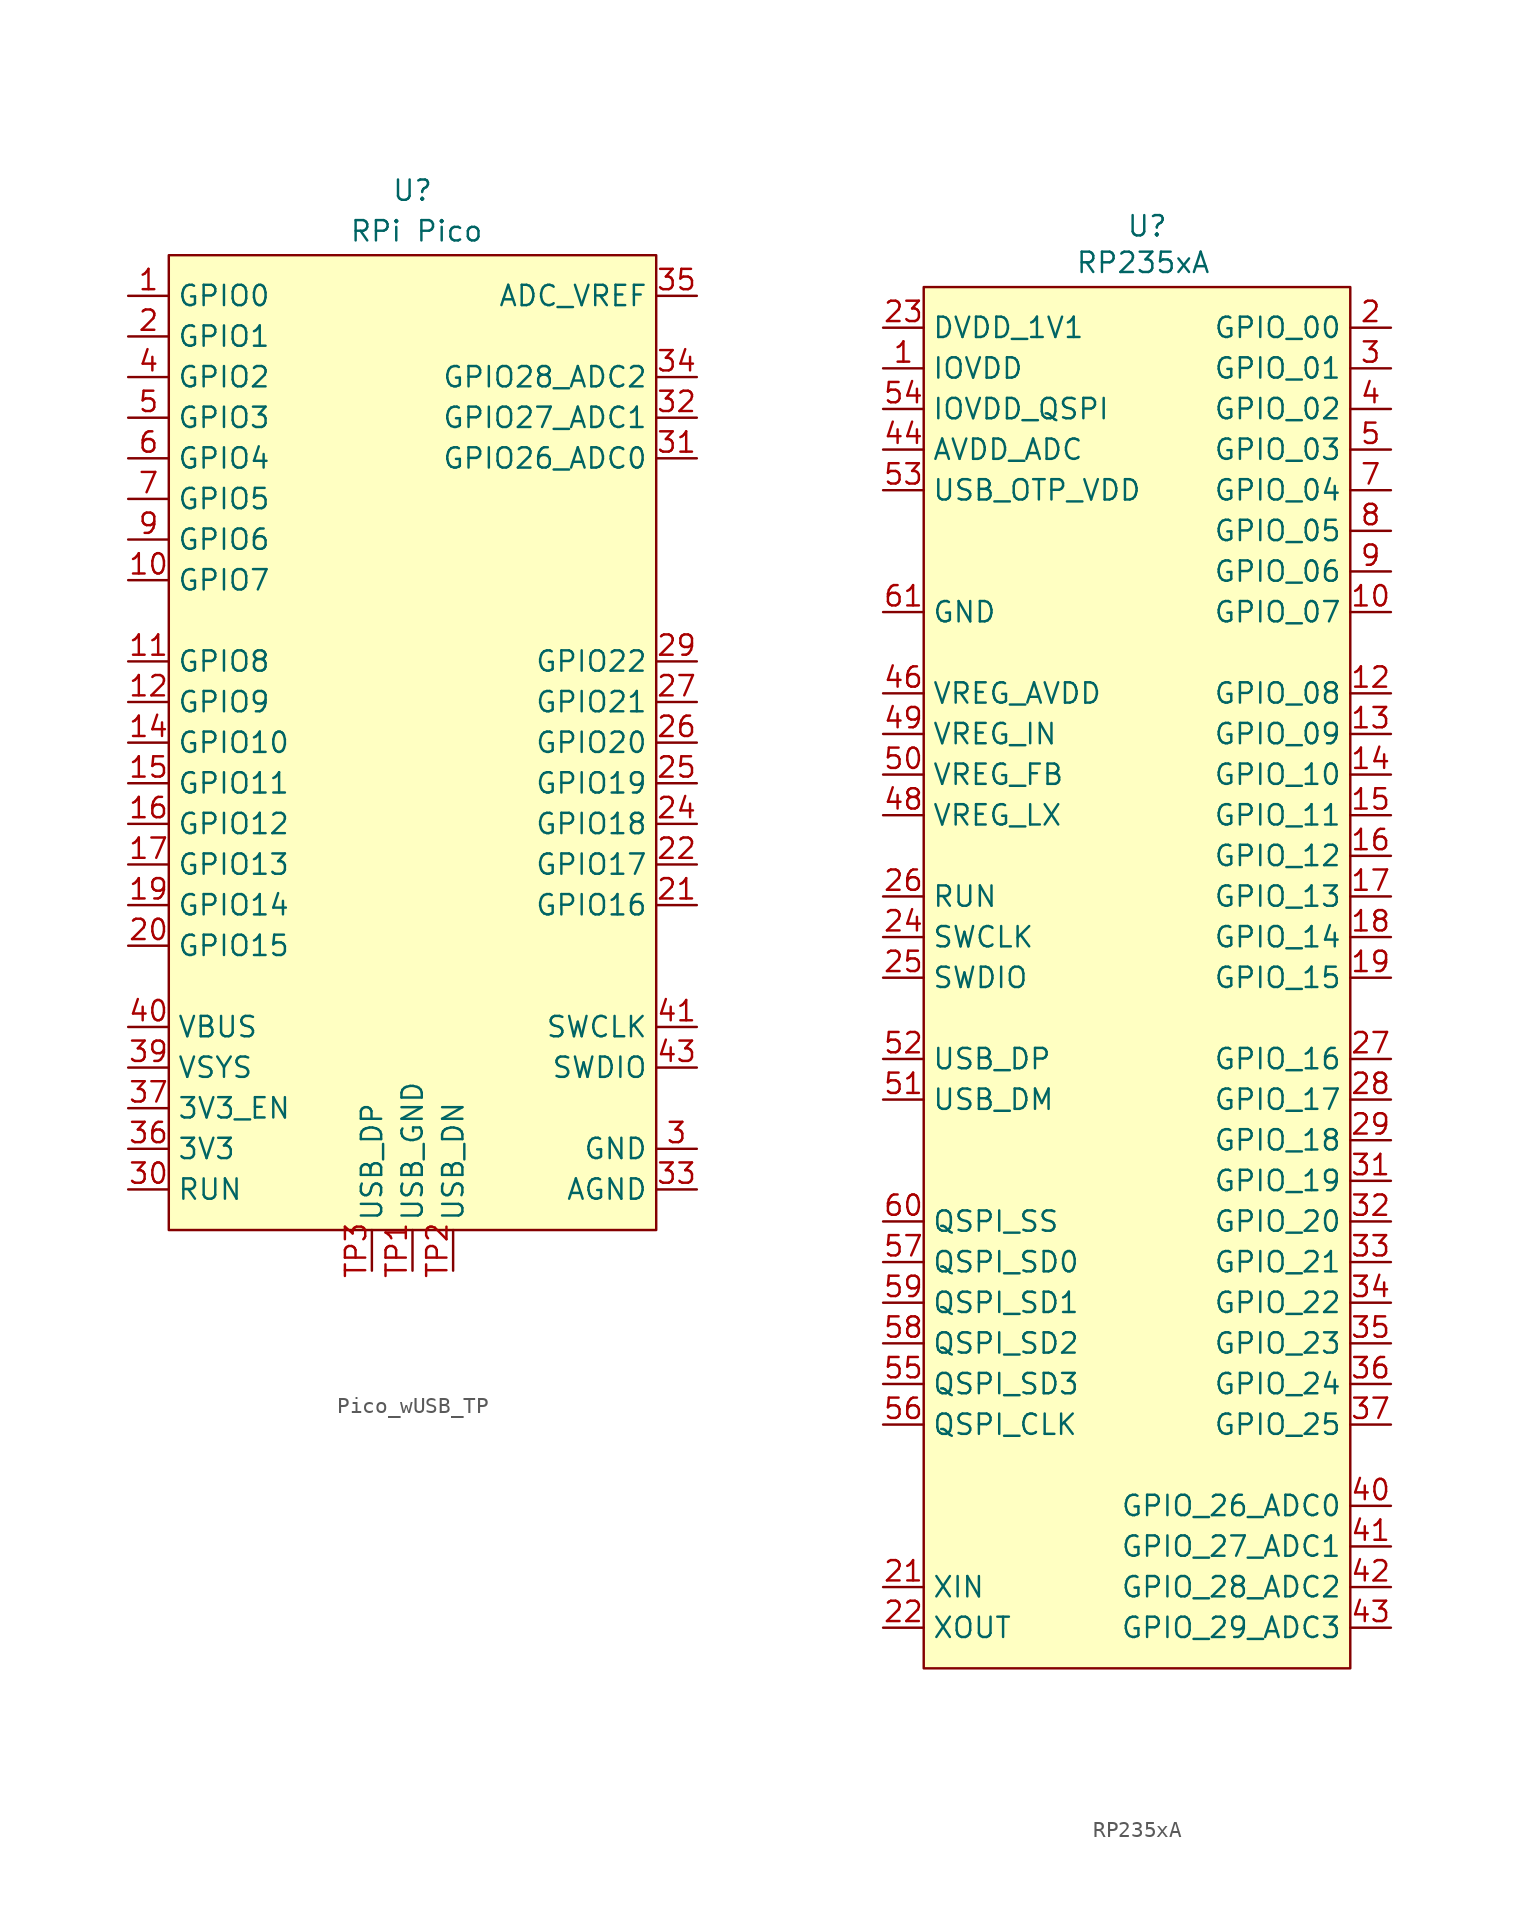
<source format=kicad_sym>
(kicad_symbol_lib
  (version 20231120)
  (generator "kicad_symbol_editor")
  (generator_version "8.0")
  (symbol "Pico_wUSB_TP"
    (property "Reference" "U"
      (at 0 29.972 0)
      (effects (font (size 1.27 1.27)) (justify bottom)))
    (property "Value" "RPi Pico"
      (at 0.254 27.432 0)
      (effects (font (size 1.27 1.27)) (justify bottom)))
    (symbol "Pico_wUSB_TP_0_1"
      (rectangle (start -15.24 26.67) (end 15.24 -34.29) (stroke (width 0) (type default)) (fill (type background))))
    (symbol "Pico_wUSB_TP_1_1"
      (pin bidirectional line (at -17.78 24.13 0) (length 2.54) (name "GPIO0" (effects (font (size 1.27 1.27)))) (number "1" (effects (font (size 1.27 1.27)))))
      (pin bidirectional line (at -17.78 6.35 0) (length 2.54) (name "GPIO7" (effects (font (size 1.27 1.27)))) (number "10" (effects (font (size 1.27 1.27)))))
      (pin bidirectional line (at -17.78 1.27 0) (length 2.54) (name "GPIO8" (effects (font (size 1.27 1.27)))) (number "11" (effects (font (size 1.27 1.27)))))
      (pin bidirectional line (at -17.78 -1.27 0) (length 2.54) (name "GPIO9" (effects (font (size 1.27 1.27)))) (number "12" (effects (font (size 1.27 1.27)))))
      (pin passive line (at 17.78 -29.21 180) (length 2.54) hide (name "GND" (effects (font (size 1.27 1.27)))) (number "13" (effects (font (size 1.27 1.27)))))
      (pin bidirectional line (at -17.78 -3.81 0) (length 2.54) (name "GPIO10" (effects (font (size 1.27 1.27)))) (number "14" (effects (font (size 1.27 1.27)))))
      (pin bidirectional line (at -17.78 -6.35 0) (length 2.54) (name "GPIO11" (effects (font (size 1.27 1.27)))) (number "15" (effects (font (size 1.27 1.27)))))
      (pin bidirectional line (at -17.78 -8.89 0) (length 2.54) (name "GPIO12" (effects (font (size 1.27 1.27)))) (number "16" (effects (font (size 1.27 1.27)))))
      (pin bidirectional line (at -17.78 -11.43 0) (length 2.54) (name "GPIO13" (effects (font (size 1.27 1.27)))) (number "17" (effects (font (size 1.27 1.27)))))
      (pin passive line (at 17.78 -29.21 180) (length 2.54) hide (name "GND" (effects (font (size 1.27 1.27)))) (number "18" (effects (font (size 1.27 1.27)))))
      (pin bidirectional line (at -17.78 -13.97 0) (length 2.54) (name "GPIO14" (effects (font (size 1.27 1.27)))) (number "19" (effects (font (size 1.27 1.27)))))
      (pin bidirectional line (at -17.78 21.59 0) (length 2.54) (name "GPIO1" (effects (font (size 1.27 1.27)))) (number "2" (effects (font (size 1.27 1.27)))))
      (pin bidirectional line (at -17.78 -16.51 0) (length 2.54) (name "GPIO15" (effects (font (size 1.27 1.27)))) (number "20" (effects (font (size 1.27 1.27)))))
      (pin bidirectional line (at 17.78 -13.97 180) (length 2.54) (name "GPIO16" (effects (font (size 1.27 1.27)))) (number "21" (effects (font (size 1.27 1.27)))))
      (pin bidirectional line (at 17.78 -11.43 180) (length 2.54) (name "GPIO17" (effects (font (size 1.27 1.27)))) (number "22" (effects (font (size 1.27 1.27)))))
      (pin passive line (at 17.78 -29.21 180) (length 2.54) hide (name "GND" (effects (font (size 1.27 1.27)))) (number "23" (effects (font (size 1.27 1.27)))))
      (pin bidirectional line (at 17.78 -8.89 180) (length 2.54) (name "GPIO18" (effects (font (size 1.27 1.27)))) (number "24" (effects (font (size 1.27 1.27)))))
      (pin bidirectional line (at 17.78 -6.35 180) (length 2.54) (name "GPIO19" (effects (font (size 1.27 1.27)))) (number "25" (effects (font (size 1.27 1.27)))))
      (pin bidirectional line (at 17.78 -3.81 180) (length 2.54) (name "GPIO20" (effects (font (size 1.27 1.27)))) (number "26" (effects (font (size 1.27 1.27)))))
      (pin bidirectional line (at 17.78 -1.27 180) (length 2.54) (name "GPIO21" (effects (font (size 1.27 1.27)))) (number "27" (effects (font (size 1.27 1.27)))))
      (pin passive line (at 17.78 -29.21 180) (length 2.54) hide (name "GND" (effects (font (size 1.27 1.27)))) (number "28" (effects (font (size 1.27 1.27)))))
      (pin bidirectional line (at 17.78 1.27 180) (length 2.54) (name "GPIO22" (effects (font (size 1.27 1.27)))) (number "29" (effects (font (size 1.27 1.27)))))
      (pin passive line (at 17.78 -29.21 180) (length 2.54) (name "GND" (effects (font (size 1.27 1.27)))) (number "3" (effects (font (size 1.27 1.27)))))
      (pin input line (at -17.78 -31.75 0) (length 2.54) (name "RUN" (effects (font (size 1.27 1.27)))) (number "30" (effects (font (size 1.27 1.27)))))
      (pin bidirectional line (at 17.78 13.97 180) (length 2.54) (name "GPIO26_ADC0" (effects (font (size 1.27 1.27)))) (number "31" (effects (font (size 1.27 1.27)))))
      (pin bidirectional line (at 17.78 16.51 180) (length 2.54) (name "GPIO27_ADC1" (effects (font (size 1.27 1.27)))) (number "32" (effects (font (size 1.27 1.27)))))
      (pin passive line (at 17.78 -31.75 180) (length 2.54) (name "AGND" (effects (font (size 1.27 1.27)))) (number "33" (effects (font (size 1.27 1.27)))))
      (pin bidirectional line (at 17.78 19.05 180) (length 2.54) (name "GPIO28_ADC2" (effects (font (size 1.27 1.27)))) (number "34" (effects (font (size 1.27 1.27)))))
      (pin input line (at 17.78 24.13 180) (length 2.54) (name "ADC_VREF" (effects (font (size 1.27 1.27)))) (number "35" (effects (font (size 1.27 1.27)))))
      (pin power_in line (at -17.78 -29.21 0) (length 2.54) (name "3V3" (effects (font (size 1.27 1.27)))) (number "36" (effects (font (size 1.27 1.27)))))
      (pin input line (at -17.78 -26.67 0) (length 2.54) (name "3V3_EN" (effects (font (size 1.27 1.27)))) (number "37" (effects (font (size 1.27 1.27)))))
      (pin passive line (at 17.78 -29.21 180) (length 2.54) hide (name "GND" (effects (font (size 1.27 1.27)))) (number "38" (effects (font (size 1.27 1.27)))))
      (pin power_in line (at -17.78 -24.13 0) (length 2.54) (name "VSYS" (effects (font (size 1.27 1.27)))) (number "39" (effects (font (size 1.27 1.27)))))
      (pin bidirectional line (at -17.78 19.05 0) (length 2.54) (name "GPIO2" (effects (font (size 1.27 1.27)))) (number "4" (effects (font (size 1.27 1.27)))))
      (pin power_in line (at -17.78 -21.59 0) (length 2.54) (name "VBUS" (effects (font (size 1.27 1.27)))) (number "40" (effects (font (size 1.27 1.27)))))
      (pin input line (at 17.78 -21.59 180) (length 2.54) (name "SWCLK" (effects (font (size 1.27 1.27)))) (number "41" (effects (font (size 1.27 1.27)))))
      (pin passive line (at 17.78 -29.21 180) (length 2.54) hide (name "GND" (effects (font (size 1.27 1.27)))) (number "42" (effects (font (size 1.27 1.27)))))
      (pin bidirectional line (at 17.78 -24.13 180) (length 2.54) (name "SWDIO" (effects (font (size 1.27 1.27)))) (number "43" (effects (font (size 1.27 1.27)))))
      (pin bidirectional line (at -17.78 16.51 0) (length 2.54) (name "GPIO3" (effects (font (size 1.27 1.27)))) (number "5" (effects (font (size 1.27 1.27)))))
      (pin bidirectional line (at -17.78 13.97 0) (length 2.54) (name "GPIO4" (effects (font (size 1.27 1.27)))) (number "6" (effects (font (size 1.27 1.27)))))
      (pin bidirectional line (at -17.78 11.43 0) (length 2.54) (name "GPIO5" (effects (font (size 1.27 1.27)))) (number "7" (effects (font (size 1.27 1.27)))))
      (pin passive line (at 17.78 -29.21 180) (length 2.54) hide (name "GND" (effects (font (size 1.27 1.27)))) (number "8" (effects (font (size 1.27 1.27)))))
      (pin bidirectional line (at -17.78 8.89 0) (length 2.54) (name "GPIO6" (effects (font (size 1.27 1.27)))) (number "9" (effects (font (size 1.27 1.27)))))
      (pin passive line (at 0 -36.83 90) (length 2.54) (name "USB_GND" (effects (font (size 1.27 1.27)))) (number "TP1" (effects (font (size 1.27 1.27)))))
      (pin bidirectional line (at 2.54 -36.83 90) (length 2.54) (name "USB_DN" (effects (font (size 1.27 1.27)))) (number "TP2" (effects (font (size 1.27 1.27)))))
      (pin bidirectional line (at -2.54 -36.83 90) (length 2.54) (name "USB_DP" (effects (font (size 1.27 1.27)))) (number "TP3" (effects (font (size 1.27 1.27)))))))
  (symbol "RP235xA"
    (property "Reference" "U"
      (at 0 6.35 0)
      (effects (font (size 1.27 1.27))))
    (property "Value" "RP235xA"
      (at -0.254 4.064 0)
      (effects (font (size 1.27 1.27))))
    (symbol "RP235xA_1_1"
      (rectangle (start -13.97 2.54) (end 12.7 -83.82) (stroke (width 0) (type default)) (fill (type background)))
      (pin input line (at -16.51 -2.54 0) (length 2.54) (name "IOVDD" (effects (font (size 1.27 1.27)))) (number "1" (effects (font (size 1.27 1.27)))))
      (pin bidirectional line (at 15.24 -17.78 180) (length 2.54) (name "GPIO_07" (effects (font (size 1.27 1.27)))) (number "10" (effects (font (size 1.27 1.27)))))
      (pin input line (at -16.51 -2.54 0) (length 2.54) hide (name "IOVDD" (effects (font (size 1.27 1.27)))) (number "11" (effects (font (size 1.27 1.27)))))
      (pin bidirectional line (at 15.24 -22.86 180) (length 2.54) (name "GPIO_08" (effects (font (size 1.27 1.27)))) (number "12" (effects (font (size 1.27 1.27)))))
      (pin bidirectional line (at 15.24 -25.4 180) (length 2.54) (name "GPIO_09" (effects (font (size 1.27 1.27)))) (number "13" (effects (font (size 1.27 1.27)))))
      (pin bidirectional line (at 15.24 -27.94 180) (length 2.54) (name "GPIO_10" (effects (font (size 1.27 1.27)))) (number "14" (effects (font (size 1.27 1.27)))))
      (pin bidirectional line (at 15.24 -30.48 180) (length 2.54) (name "GPIO_11" (effects (font (size 1.27 1.27)))) (number "15" (effects (font (size 1.27 1.27)))))
      (pin bidirectional line (at 15.24 -33.02 180) (length 2.54) (name "GPIO_12" (effects (font (size 1.27 1.27)))) (number "16" (effects (font (size 1.27 1.27)))))
      (pin bidirectional line (at 15.24 -35.56 180) (length 2.54) (name "GPIO_13" (effects (font (size 1.27 1.27)))) (number "17" (effects (font (size 1.27 1.27)))))
      (pin bidirectional line (at 15.24 -38.1 180) (length 2.54) (name "GPIO_14" (effects (font (size 1.27 1.27)))) (number "18" (effects (font (size 1.27 1.27)))))
      (pin bidirectional line (at 15.24 -40.64 180) (length 2.54) (name "GPIO_15" (effects (font (size 1.27 1.27)))) (number "19" (effects (font (size 1.27 1.27)))))
      (pin bidirectional line (at 15.24 0 180) (length 2.54) (name "GPIO_00" (effects (font (size 1.27 1.27)))) (number "2" (effects (font (size 1.27 1.27)))))
      (pin input line (at -16.51 -2.54 0) (length 2.54) hide (name "IOVDD" (effects (font (size 1.27 1.27)))) (number "20" (effects (font (size 1.27 1.27)))))
      (pin input line (at -16.51 -78.74 0) (length 2.54) (name "XIN" (effects (font (size 1.27 1.27)))) (number "21" (effects (font (size 1.27 1.27)))))
      (pin output line (at -16.51 -81.28 0) (length 2.54) (name "XOUT" (effects (font (size 1.27 1.27)))) (number "22" (effects (font (size 1.27 1.27)))))
      (pin input line (at -16.51 0 0) (length 2.54) (name "DVDD_1V1" (effects (font (size 1.27 1.27)))) (number "23" (effects (font (size 1.27 1.27)))))
      (pin input line (at -16.51 -38.1 0) (length 2.54) (name "SWCLK" (effects (font (size 1.27 1.27)))) (number "24" (effects (font (size 1.27 1.27)))))
      (pin bidirectional line (at -16.51 -40.64 0) (length 2.54) (name "SWDIO" (effects (font (size 1.27 1.27)))) (number "25" (effects (font (size 1.27 1.27)))))
      (pin input line (at -16.51 -35.56 0) (length 2.54) (name "RUN" (effects (font (size 1.27 1.27)))) (number "26" (effects (font (size 1.27 1.27)))))
      (pin bidirectional line (at 15.24 -45.72 180) (length 2.54) (name "GPIO_16" (effects (font (size 1.27 1.27)))) (number "27" (effects (font (size 1.27 1.27)))))
      (pin bidirectional line (at 15.24 -48.26 180) (length 2.54) (name "GPIO_17" (effects (font (size 1.27 1.27)))) (number "28" (effects (font (size 1.27 1.27)))))
      (pin bidirectional line (at 15.24 -50.8 180) (length 2.54) (name "GPIO_18" (effects (font (size 1.27 1.27)))) (number "29" (effects (font (size 1.27 1.27)))))
      (pin bidirectional line (at 15.24 -2.54 180) (length 2.54) (name "GPIO_01" (effects (font (size 1.27 1.27)))) (number "3" (effects (font (size 1.27 1.27)))))
      (pin input line (at -16.51 -2.54 0) (length 2.54) hide (name "IOVDD" (effects (font (size 1.27 1.27)))) (number "30" (effects (font (size 1.27 1.27)))))
      (pin bidirectional line (at 15.24 -53.34 180) (length 2.54) (name "GPIO_19" (effects (font (size 1.27 1.27)))) (number "31" (effects (font (size 1.27 1.27)))))
      (pin bidirectional line (at 15.24 -55.88 180) (length 2.54) (name "GPIO_20" (effects (font (size 1.27 1.27)))) (number "32" (effects (font (size 1.27 1.27)))))
      (pin bidirectional line (at 15.24 -58.42 180) (length 2.54) (name "GPIO_21" (effects (font (size 1.27 1.27)))) (number "33" (effects (font (size 1.27 1.27)))))
      (pin bidirectional line (at 15.24 -60.96 180) (length 2.54) (name "GPIO_22" (effects (font (size 1.27 1.27)))) (number "34" (effects (font (size 1.27 1.27)))))
      (pin bidirectional line (at 15.24 -63.5 180) (length 2.54) (name "GPIO_23" (effects (font (size 1.27 1.27)))) (number "35" (effects (font (size 1.27 1.27)))))
      (pin bidirectional line (at 15.24 -66.04 180) (length 2.54) (name "GPIO_24" (effects (font (size 1.27 1.27)))) (number "36" (effects (font (size 1.27 1.27)))))
      (pin bidirectional line (at 15.24 -68.58 180) (length 2.54) (name "GPIO_25" (effects (font (size 1.27 1.27)))) (number "37" (effects (font (size 1.27 1.27)))))
      (pin input line (at -16.51 -2.54 0) (length 2.54) hide (name "IOVDD" (effects (font (size 1.27 1.27)))) (number "38" (effects (font (size 1.27 1.27)))))
      (pin input line (at -16.51 0 0) (length 2.54) hide (name "DVDD_1V1" (effects (font (size 1.27 1.27)))) (number "39" (effects (font (size 1.27 1.27)))))
      (pin bidirectional line (at 15.24 -5.08 180) (length 2.54) (name "GPIO_02" (effects (font (size 1.27 1.27)))) (number "4" (effects (font (size 1.27 1.27)))))
      (pin bidirectional line (at 15.24 -73.66 180) (length 2.54) (name "GPIO_26_ADC0" (effects (font (size 1.27 1.27)))) (number "40" (effects (font (size 1.27 1.27)))))
      (pin bidirectional line (at 15.24 -76.2 180) (length 2.54) (name "GPIO_27_ADC1" (effects (font (size 1.27 1.27)))) (number "41" (effects (font (size 1.27 1.27)))))
      (pin bidirectional line (at 15.24 -78.74 180) (length 2.54) (name "GPIO_28_ADC2" (effects (font (size 1.27 1.27)))) (number "42" (effects (font (size 1.27 1.27)))))
      (pin bidirectional line (at 15.24 -81.28 180) (length 2.54) (name "GPIO_29_ADC3" (effects (font (size 1.27 1.27)))) (number "43" (effects (font (size 1.27 1.27)))))
      (pin input line (at -16.51 -7.62 0) (length 2.54) (name "AVDD_ADC" (effects (font (size 1.27 1.27)))) (number "44" (effects (font (size 1.27 1.27)))))
      (pin input line (at -16.51 -2.54 0) (length 2.54) hide (name "IOVDD" (effects (font (size 1.27 1.27)))) (number "45" (effects (font (size 1.27 1.27)))))
      (pin input line (at -16.51 -22.86 0) (length 2.54) (name "VREG_AVDD" (effects (font (size 1.27 1.27)))) (number "46" (effects (font (size 1.27 1.27)))))
      (pin passive line (at -16.51 -17.78 0) (length 2.54) hide (name "GND" (effects (font (size 1.27 1.27)))) (number "47" (effects (font (size 1.27 1.27)))))
      (pin input line (at -16.51 -30.48 0) (length 2.54) (name "VREG_LX" (effects (font (size 1.27 1.27)))) (number "48" (effects (font (size 1.27 1.27)))))
      (pin input line (at -16.51 -25.4 0) (length 2.54) (name "VREG_IN" (effects (font (size 1.27 1.27)))) (number "49" (effects (font (size 1.27 1.27)))))
      (pin bidirectional line (at 15.24 -7.62 180) (length 2.54) (name "GPIO_03" (effects (font (size 1.27 1.27)))) (number "5" (effects (font (size 1.27 1.27)))))
      (pin input line (at -16.51 -27.94 0) (length 2.54) (name "VREG_FB" (effects (font (size 1.27 1.27)))) (number "50" (effects (font (size 1.27 1.27)))))
      (pin bidirectional line (at -16.51 -48.26 0) (length 2.54) (name "USB_DM" (effects (font (size 1.27 1.27)))) (number "51" (effects (font (size 1.27 1.27)))))
      (pin bidirectional line (at -16.51 -45.72 0) (length 2.54) (name "USB_DP" (effects (font (size 1.27 1.27)))) (number "52" (effects (font (size 1.27 1.27)))))
      (pin input line (at -16.51 -10.16 0) (length 2.54) (name "USB_OTP_VDD" (effects (font (size 1.27 1.27)))) (number "53" (effects (font (size 1.27 1.27)))))
      (pin input line (at -16.51 -5.08 0) (length 2.54) (name "IOVDD_QSPI" (effects (font (size 1.27 1.27)))) (number "54" (effects (font (size 1.27 1.27)))))
      (pin bidirectional line (at -16.51 -66.04 0) (length 2.54) (name "QSPI_SD3" (effects (font (size 1.27 1.27)))) (number "55" (effects (font (size 1.27 1.27)))))
      (pin output line (at -16.51 -68.58 0) (length 2.54) (name "QSPI_CLK" (effects (font (size 1.27 1.27)))) (number "56" (effects (font (size 1.27 1.27)))))
      (pin bidirectional line (at -16.51 -58.42 0) (length 2.54) (name "QSPI_SD0" (effects (font (size 1.27 1.27)))) (number "57" (effects (font (size 1.27 1.27)))))
      (pin bidirectional line (at -16.51 -63.5 0) (length 2.54) (name "QSPI_SD2" (effects (font (size 1.27 1.27)))) (number "58" (effects (font (size 1.27 1.27)))))
      (pin bidirectional line (at -16.51 -60.96 0) (length 2.54) (name "QSPI_SD1" (effects (font (size 1.27 1.27)))) (number "59" (effects (font (size 1.27 1.27)))))
      (pin input line (at -16.51 0 0) (length 2.54) hide (name "DVDD_1V1" (effects (font (size 1.27 1.27)))) (number "6" (effects (font (size 1.27 1.27)))))
      (pin output line (at -16.51 -55.88 0) (length 2.54) (name "QSPI_SS" (effects (font (size 1.27 1.27)))) (number "60" (effects (font (size 1.27 1.27)))))
      (pin passive line (at -16.51 -17.78 0) (length 2.54) (name "GND" (effects (font (size 1.27 1.27)))) (number "61" (effects (font (size 1.27 1.27)))))
      (pin bidirectional line (at 15.24 -10.16 180) (length 2.54) (name "GPIO_04" (effects (font (size 1.27 1.27)))) (number "7" (effects (font (size 1.27 1.27)))))
      (pin bidirectional line (at 15.24 -12.7 180) (length 2.54) (name "GPIO_05" (effects (font (size 1.27 1.27)))) (number "8" (effects (font (size 1.27 1.27)))))
      (pin bidirectional line (at 15.24 -15.24 180) (length 2.54) (name "GPIO_06" (effects (font (size 1.27 1.27)))) (number "9" (effects (font (size 1.27 1.27))))))))
</source>
